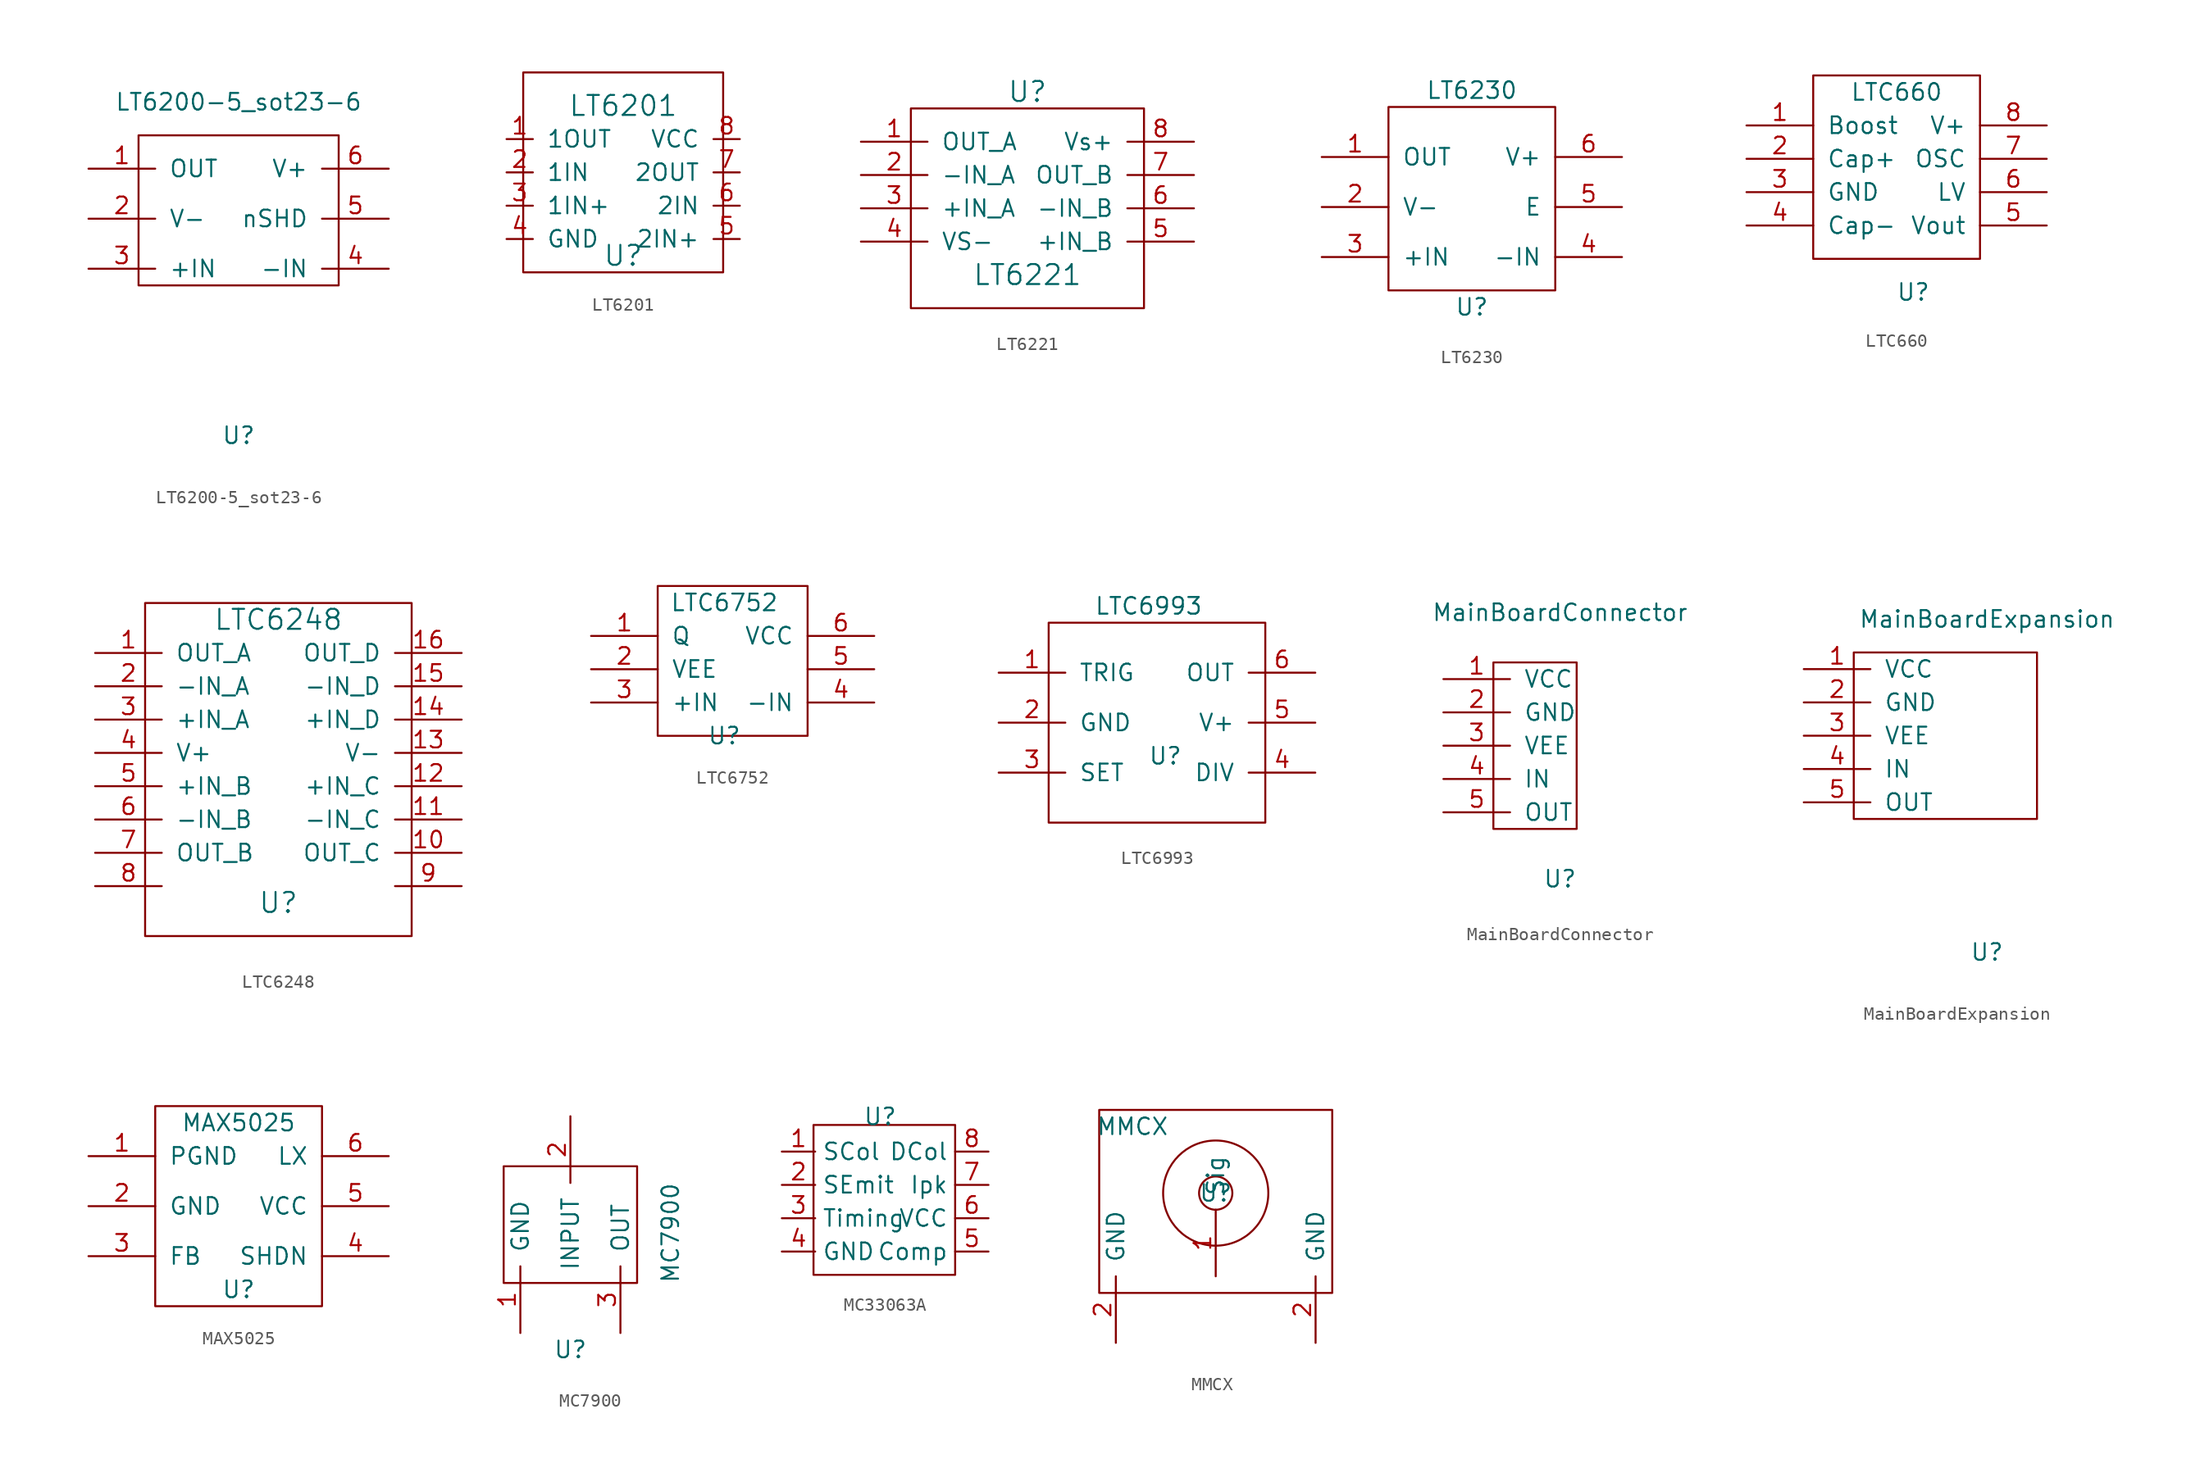
<source format=kicad_sym>
(kicad_symbol_lib
  (version 20220914)
  (generator kicad_symbol_editor)
  (symbol "LT6200-5_sot23-6"
    (pin_names
      (offset 1.016))
    (property "Reference" "U"
      (at 0 -15.24 0)
      (effects (font (size 1.27 1.27))))
    (property "Value" "LT6200-5_sot23-6"
      (at 0 10.16 0)
      (effects (font (size 1.27 1.27))))
    (symbol "LT6200-5_sot23-6_0_1"
      (rectangle (start -7.62 7.62) (end 7.62 -3.81) (stroke (width 0) (type solid)) (fill (type none))))
    (symbol "LT6200-5_sot23-6_1_1"
      (pin input line (at -11.43 5.08 0) (length 5.08) (name "OUT" (effects (font (size 1.27 1.27)))) (number "1" (effects (font (size 1.27 1.27)))))
      (pin input line (at -11.43 1.27 0) (length 5.08) (name "V-" (effects (font (size 1.27 1.27)))) (number "2" (effects (font (size 1.27 1.27)))))
      (pin input line (at -11.43 -2.54 0) (length 5.08) (name "+IN" (effects (font (size 1.27 1.27)))) (number "3" (effects (font (size 1.27 1.27)))))
      (pin input line (at 11.43 -2.54 180) (length 5.08) (name "-IN" (effects (font (size 1.27 1.27)))) (number "4" (effects (font (size 1.27 1.27)))))
      (pin input line (at 11.43 1.27 180) (length 5.08) (name "nSHD" (effects (font (size 1.27 1.27)))) (number "5" (effects (font (size 1.27 1.27)))))
      (pin input line (at 11.43 5.08 180) (length 5.08) (name "V+" (effects (font (size 1.27 1.27)))) (number "6" (effects (font (size 1.27 1.27)))))))
  (symbol "LT6201"
    (pin_names
      (offset 1.016))
    (property "Reference" "U"
      (at 0 -5.08 0)
      (effects (font (size 1.524 1.524))))
    (property "Value" "LT6201"
      (at 0 6.35 0)
      (effects (font (size 1.524 1.524))))
    (property "Footprint" ""
      (at -2.54 0 0)
      (effects (font (size 1.524 1.524))))
    (property "Datasheet" ""
      (at -2.54 0 0)
      (effects (font (size 1.524 1.524))))
    (symbol "LT6201_0_0"
      (rectangle (start -7.62 8.89) (end 7.62 -6.35) (stroke (width 0) (type solid)) (fill (type none))))
    (symbol "LT6201_1_1"
      (pin input line (at -8.89 3.81 0) (length 2.007) (name "1OUT" (effects (font (size 1.27 1.27)))) (number "1" (effects (font (size 1.27 1.27)))))
      (pin input line (at -8.89 1.27 0) (length 2.007) (name "1IN" (effects (font (size 1.27 1.27)))) (number "2" (effects (font (size 1.27 1.27)))))
      (pin input line (at -8.89 -1.27 0) (length 2.007) (name "1IN+" (effects (font (size 1.27 1.27)))) (number "3" (effects (font (size 1.27 1.27)))))
      (pin input line (at -8.89 -3.81 0) (length 2.007) (name "GND" (effects (font (size 1.27 1.27)))) (number "4" (effects (font (size 1.27 1.27)))))
      (pin input line (at 8.89 -3.81 180) (length 2.007) (name "2IN+" (effects (font (size 1.27 1.27)))) (number "5" (effects (font (size 1.27 1.27)))))
      (pin input line (at 8.89 -1.27 180) (length 2.007) (name "2IN" (effects (font (size 1.27 1.27)))) (number "6" (effects (font (size 1.27 1.27)))))
      (pin input line (at 8.89 1.27 180) (length 2.007) (name "2OUT" (effects (font (size 1.27 1.27)))) (number "7" (effects (font (size 1.27 1.27)))))
      (pin input line (at 8.89 3.81 180) (length 2.007) (name "VCC" (effects (font (size 1.27 1.27)))) (number "8" (effects (font (size 1.27 1.27)))))))
  (symbol "LT6221"
    (pin_names
      (offset 1.016))
    (property "Reference" "U"
      (at 0 7.62 0)
      (effects (font (size 1.524 1.524))))
    (property "Value" "LT6221"
      (at 0 -6.35 0)
      (effects (font (size 1.524 1.524))))
    (property "Footprint" ""
      (at 0 0 0)
      (effects (font (size 1.524 1.524))))
    (property "Datasheet" ""
      (at 0 0 0)
      (effects (font (size 1.524 1.524))))
    (symbol "LT6221_0_1"
      (rectangle (start -8.89 6.35) (end 8.89 -8.89) (stroke (width 0) (type solid)) (fill (type none))))
    (symbol "LT6221_1_1"
      (pin input line (at -12.7 3.81 0) (length 5.08) (name "OUT_A" (effects (font (size 1.27 1.27)))) (number "1" (effects (font (size 1.27 1.27)))))
      (pin input line (at -12.7 1.27 0) (length 5.08) (name "-IN_A" (effects (font (size 1.27 1.27)))) (number "2" (effects (font (size 1.27 1.27)))))
      (pin input line (at -12.7 -1.27 0) (length 5.08) (name "+IN_A" (effects (font (size 1.27 1.27)))) (number "3" (effects (font (size 1.27 1.27)))))
      (pin input line (at -12.7 -3.81 0) (length 5.08) (name "VS-" (effects (font (size 1.27 1.27)))) (number "4" (effects (font (size 1.27 1.27)))))
      (pin input line (at 12.7 -3.81 180) (length 5.08) (name "+IN_B" (effects (font (size 1.27 1.27)))) (number "5" (effects (font (size 1.27 1.27)))))
      (pin input line (at 12.7 -1.27 180) (length 5.08) (name "-IN_B" (effects (font (size 1.27 1.27)))) (number "6" (effects (font (size 1.27 1.27)))))
      (pin input line (at 12.7 1.27 180) (length 5.08) (name "OUT_B" (effects (font (size 1.27 1.27)))) (number "7" (effects (font (size 1.27 1.27)))))
      (pin input line (at 12.7 3.81 180) (length 5.08) (name "Vs+" (effects (font (size 1.27 1.27)))) (number "8" (effects (font (size 1.27 1.27)))))))
  (symbol "LT6230"
    (pin_names
      (offset 1.016))
    (property "Reference" "U"
      (at 0 -7.62 0)
      (effects (font (size 1.27 1.27))))
    (property "Value" "LT6230"
      (at 0 8.89 0)
      (effects (font (size 1.27 1.27))))
    (symbol "LT6230_0_1"
      (rectangle (start -6.35 7.62) (end 6.35 -6.35) (stroke (width 0) (type solid)) (fill (type none))))
    (symbol "LT6230_1_1"
      (pin input line (at -11.43 3.81 0) (length 5.08) (name "OUT" (effects (font (size 1.27 1.27)))) (number "1" (effects (font (size 1.27 1.27)))))
      (pin input line (at -11.43 0 0) (length 5.08) (name "V-" (effects (font (size 1.27 1.27)))) (number "2" (effects (font (size 1.27 1.27)))))
      (pin input line (at -11.43 -3.81 0) (length 5.08) (name "+IN" (effects (font (size 1.27 1.27)))) (number "3" (effects (font (size 1.27 1.27)))))
      (pin input line (at 11.43 -3.81 180) (length 5.08) (name "-IN" (effects (font (size 1.27 1.27)))) (number "4" (effects (font (size 1.27 1.27)))))
      (pin input line (at 11.43 0 180) (length 5.08) (name "E" (effects (font (size 1.27 1.27)))) (number "5" (effects (font (size 1.27 1.27)))))
      (pin input line (at 11.43 3.81 180) (length 5.08) (name "V+" (effects (font (size 1.27 1.27)))) (number "6" (effects (font (size 1.27 1.27)))))))
  (symbol "LTC660"
    (pin_names
      (offset 1.016))
    (property "Reference" "U"
      (at 1.27 -6.35 0)
      (effects (font (size 1.27 1.27))))
    (property "Value" "LTC660"
      (at 0 8.89 0)
      (effects (font (size 1.27 1.27))))
    (symbol "LTC660_0_1"
      (rectangle (start -6.35 10.16) (end 6.35 -3.81) (stroke (width 0) (type solid)) (fill (type none))))
    (symbol "LTC660_1_1"
      (pin input line (at -11.43 6.35 0) (length 5.08) (name "Boost" (effects (font (size 1.27 1.27)))) (number "1" (effects (font (size 1.27 1.27)))))
      (pin input line (at -11.43 3.81 0) (length 5.08) (name "Cap+" (effects (font (size 1.27 1.27)))) (number "2" (effects (font (size 1.27 1.27)))))
      (pin input line (at -11.43 1.27 0) (length 5.08) (name "GND" (effects (font (size 1.27 1.27)))) (number "3" (effects (font (size 1.27 1.27)))))
      (pin input line (at -11.43 -1.27 0) (length 5.08) (name "Cap-" (effects (font (size 1.27 1.27)))) (number "4" (effects (font (size 1.27 1.27)))))
      (pin input line (at 11.43 -1.27 180) (length 5.08) (name "Vout" (effects (font (size 1.27 1.27)))) (number "5" (effects (font (size 1.27 1.27)))))
      (pin input line (at 11.43 1.27 180) (length 5.08) (name "LV" (effects (font (size 1.27 1.27)))) (number "6" (effects (font (size 1.27 1.27)))))
      (pin input line (at 11.43 3.81 180) (length 5.08) (name "OSC" (effects (font (size 1.27 1.27)))) (number "7" (effects (font (size 1.27 1.27)))))
      (pin input line (at 11.43 6.35 180) (length 5.08) (name "V+" (effects (font (size 1.27 1.27)))) (number "8" (effects (font (size 1.27 1.27)))))))
  (symbol "LTC6248"
    (pin_names
      (offset 1.016))
    (property "Reference" "U"
      (at 0 -11.43 0)
      (effects (font (size 1.524 1.524))))
    (property "Value" "LTC6248"
      (at 0 10.16 0)
      (effects (font (size 1.524 1.524))))
    (property "Footprint" ""
      (at -3.81 -6.35 0)
      (effects (font (size 1.524 1.524))))
    (property "Datasheet" ""
      (at -3.81 -6.35 0)
      (effects (font (size 1.524 1.524))))
    (symbol "LTC6248_0_1"
      (rectangle (start -10.16 11.43) (end 10.16 -13.97) (stroke (width 0) (type solid)) (fill (type none))))
    (symbol "LTC6248_1_1"
      (pin input line (at -13.97 7.62 0) (length 5.08) (name "OUT_A" (effects (font (size 1.27 1.27)))) (number "1" (effects (font (size 1.27 1.27)))))
      (pin input line (at 13.97 -7.62 180) (length 5.08) (name "OUT_C" (effects (font (size 1.27 1.27)))) (number "10" (effects (font (size 1.27 1.27)))))
      (pin input line (at 13.97 -5.08 180) (length 5.08) (name "-IN_C" (effects (font (size 1.27 1.27)))) (number "11" (effects (font (size 1.27 1.27)))))
      (pin input line (at 13.97 -2.54 180) (length 5.08) (name "+IN_C" (effects (font (size 1.27 1.27)))) (number "12" (effects (font (size 1.27 1.27)))))
      (pin input line (at 13.97 0 180) (length 5.08) (name "V-" (effects (font (size 1.27 1.27)))) (number "13" (effects (font (size 1.27 1.27)))))
      (pin input line (at 13.97 2.54 180) (length 5.08) (name "+IN_D" (effects (font (size 1.27 1.27)))) (number "14" (effects (font (size 1.27 1.27)))))
      (pin input line (at 13.97 5.08 180) (length 5.08) (name "-IN_D" (effects (font (size 1.27 1.27)))) (number "15" (effects (font (size 1.27 1.27)))))
      (pin input line (at 13.97 7.62 180) (length 5.08) (name "OUT_D" (effects (font (size 1.27 1.27)))) (number "16" (effects (font (size 1.27 1.27)))))
      (pin input line (at -13.97 5.08 0) (length 5.08) (name "-IN_A" (effects (font (size 1.27 1.27)))) (number "2" (effects (font (size 1.27 1.27)))))
      (pin input line (at -13.97 2.54 0) (length 5.08) (name "+IN_A" (effects (font (size 1.27 1.27)))) (number "3" (effects (font (size 1.27 1.27)))))
      (pin input line (at -13.97 0 0) (length 5.08) (name "V+" (effects (font (size 1.27 1.27)))) (number "4" (effects (font (size 1.27 1.27)))))
      (pin input line (at -13.97 -2.54 0) (length 5.08) (name "+IN_B" (effects (font (size 1.27 1.27)))) (number "5" (effects (font (size 1.27 1.27)))))
      (pin input line (at -13.97 -5.08 0) (length 5.08) (name "-IN_B" (effects (font (size 1.27 1.27)))) (number "6" (effects (font (size 1.27 1.27)))))
      (pin input line (at -13.97 -7.62 0) (length 5.08) (name "OUT_B" (effects (font (size 1.27 1.27)))) (number "7" (effects (font (size 1.27 1.27)))))
      (pin input line (at -13.97 -10.16 0) (length 5.08) (name "~" (effects (font (size 1.27 1.27)))) (number "8" (effects (font (size 1.27 1.27)))))
      (pin input line (at 13.97 -10.16 180) (length 5.08) (name "~" (effects (font (size 1.27 1.27)))) (number "9" (effects (font (size 1.27 1.27)))))))
  (symbol "LTC6752"
    (pin_names
      (offset 1.016))
    (property "Reference" "U"
      (at -1.27 -5.08 0)
      (effects (font (size 1.27 1.27))))
    (property "Value" "LTC6752"
      (at -1.27 5.08 0)
      (effects (font (size 1.27 1.27))))
    (symbol "LTC6752_0_1"
      (rectangle (start -6.35 6.35) (end 5.08 -5.08) (stroke (width 0) (type solid)) (fill (type none))))
    (symbol "LTC6752_1_1"
      (pin input line (at -11.43 2.54 0) (length 5.08) (name "Q" (effects (font (size 1.27 1.27)))) (number "1" (effects (font (size 1.27 1.27)))))
      (pin input line (at -11.43 0 0) (length 5.08) (name "VEE" (effects (font (size 1.27 1.27)))) (number "2" (effects (font (size 1.27 1.27)))))
      (pin input line (at -11.43 -2.54 0) (length 5.08) (name "+IN" (effects (font (size 1.27 1.27)))) (number "3" (effects (font (size 1.27 1.27)))))
      (pin input line (at 10.16 -2.54 180) (length 5.08) (name "-IN" (effects (font (size 1.27 1.27)))) (number "4" (effects (font (size 1.27 1.27)))))
      (pin input line (at 10.16 0 180) (length 5.08) (name "~" (effects (font (size 1.27 1.27)))) (number "5" (effects (font (size 1.27 1.27)))))
      (pin input line (at 10.16 2.54 180) (length 5.08) (name "VCC" (effects (font (size 1.27 1.27)))) (number "6" (effects (font (size 1.27 1.27)))))))
  (symbol "LTC6993"
    (pin_names
      (offset 1.016))
    (property "Reference" "U"
      (at 0 0 0)
      (effects (font (size 1.27 1.27))))
    (property "Value" "LTC6993"
      (at -1.27 11.43 0)
      (effects (font (size 1.27 1.27))))
    (symbol "LTC6993_0_1"
      (rectangle (start -8.89 10.16) (end 7.62 -5.08) (stroke (width 0) (type solid)) (fill (type none))))
    (symbol "LTC6993_1_1"
      (pin input line (at -12.7 6.35 0) (length 5.08) (name "TRIG" (effects (font (size 1.27 1.27)))) (number "1" (effects (font (size 1.27 1.27)))))
      (pin input line (at -12.7 2.54 0) (length 5.08) (name "GND" (effects (font (size 1.27 1.27)))) (number "2" (effects (font (size 1.27 1.27)))))
      (pin input line (at -12.7 -1.27 0) (length 5.08) (name "SET" (effects (font (size 1.27 1.27)))) (number "3" (effects (font (size 1.27 1.27)))))
      (pin input line (at 11.43 -1.27 180) (length 5.08) (name "DIV" (effects (font (size 1.27 1.27)))) (number "4" (effects (font (size 1.27 1.27)))))
      (pin input line (at 11.43 2.54 180) (length 5.08) (name "V+" (effects (font (size 1.27 1.27)))) (number "5" (effects (font (size 1.27 1.27)))))
      (pin input line (at 11.43 6.35 180) (length 5.08) (name "OUT" (effects (font (size 1.27 1.27)))) (number "6" (effects (font (size 1.27 1.27)))))))
  (symbol "MainBoardConnector"
    (pin_names
      (offset 1.016))
    (property "Reference" "U"
      (at 0 -7.62 0)
      (effects (font (size 1.27 1.27))))
    (property "Value" "MainBoardConnector"
      (at 0 12.7 0)
      (effects (font (size 1.27 1.27))))
    (symbol "MainBoardConnector_0_1"
      (rectangle (start -5.08 8.89) (end 1.27 -3.81) (stroke (width 0) (type solid)) (fill (type none))))
    (symbol "MainBoardConnector_1_1"
      (pin input line (at -8.89 7.62 0) (length 5.08) (name "VCC" (effects (font (size 1.27 1.27)))) (number "1" (effects (font (size 1.27 1.27)))))
      (pin input line (at -8.89 5.08 0) (length 5.08) (name "GND" (effects (font (size 1.27 1.27)))) (number "2" (effects (font (size 1.27 1.27)))))
      (pin input line (at -8.89 2.54 0) (length 5.08) (name "VEE" (effects (font (size 1.27 1.27)))) (number "3" (effects (font (size 1.27 1.27)))))
      (pin input line (at -8.89 0 0) (length 5.08) (name "IN" (effects (font (size 1.27 1.27)))) (number "4" (effects (font (size 1.27 1.27)))))
      (pin input line (at -8.89 -2.54 0) (length 5.08) (name "OUT" (effects (font (size 1.27 1.27)))) (number "5" (effects (font (size 1.27 1.27)))))))
  (symbol "MainBoardExpansion"
    (pin_names
      (offset 1.016))
    (property "Reference" "U"
      (at 0 -10.16 0)
      (effects (font (size 1.27 1.27))))
    (property "Value" "MainBoardExpansion"
      (at 0 15.24 0)
      (effects (font (size 1.27 1.27))))
    (symbol "MainBoardExpansion_0_1"
      (rectangle (start -10.16 12.7) (end 3.81 0) (stroke (width 0) (type solid)) (fill (type none))))
    (symbol "MainBoardExpansion_1_1"
      (pin input line (at -13.97 11.43 0) (length 5.08) (name "VCC" (effects (font (size 1.27 1.27)))) (number "1" (effects (font (size 1.27 1.27)))))
      (pin input line (at -13.97 8.89 0) (length 5.08) (name "GND" (effects (font (size 1.27 1.27)))) (number "2" (effects (font (size 1.27 1.27)))))
      (pin input line (at -13.97 6.35 0) (length 5.08) (name "VEE" (effects (font (size 1.27 1.27)))) (number "3" (effects (font (size 1.27 1.27)))))
      (pin input line (at -13.97 3.81 0) (length 5.08) (name "IN" (effects (font (size 1.27 1.27)))) (number "4" (effects (font (size 1.27 1.27)))))
      (pin input line (at -13.97 1.27 0) (length 5.08) (name "OUT" (effects (font (size 1.27 1.27)))) (number "5" (effects (font (size 1.27 1.27)))))))
  (symbol "MAX5025"
    (pin_names
      (offset 1.016))
    (property "Reference" "U"
      (at 0 -6.35 0)
      (effects (font (size 1.27 1.27))))
    (property "Value" "MAX5025"
      (at 0 6.35 0)
      (effects (font (size 1.27 1.27))))
    (symbol "MAX5025_0_1"
      (rectangle (start -6.35 7.62) (end 6.35 -7.62) (stroke (width 0) (type solid)) (fill (type none))))
    (symbol "MAX5025_1_1"
      (pin input line (at -11.43 3.81 0) (length 5.08) (name "PGND" (effects (font (size 1.27 1.27)))) (number "1" (effects (font (size 1.27 1.27)))))
      (pin input line (at -11.43 0 0) (length 5.08) (name "GND" (effects (font (size 1.27 1.27)))) (number "2" (effects (font (size 1.27 1.27)))))
      (pin input line (at -11.43 -3.81 0) (length 5.08) (name "FB" (effects (font (size 1.27 1.27)))) (number "3" (effects (font (size 1.27 1.27)))))
      (pin input line (at 11.43 -3.81 180) (length 5.08) (name "SHDN" (effects (font (size 1.27 1.27)))) (number "4" (effects (font (size 1.27 1.27)))))
      (pin input line (at 11.43 0 180) (length 5.08) (name "VCC" (effects (font (size 1.27 1.27)))) (number "5" (effects (font (size 1.27 1.27)))))
      (pin input line (at 11.43 3.81 180) (length 5.08) (name "LX" (effects (font (size 1.27 1.27)))) (number "6" (effects (font (size 1.27 1.27)))))))
  (symbol "MC7900"
    (pin_names
      (offset 1.016))
    (property "Reference" "U"
      (at 0 -7.62 0)
      (effects (font (size 1.27 1.27))))
    (property "Value" "MC7900"
      (at 7.62 1.27 90)
      (effects (font (size 1.27 1.27))))
    (symbol "MC7900_0_1"
      (rectangle (start -5.08 6.35) (end 5.08 -2.54) (stroke (width 0) (type solid)) (fill (type none))))
    (symbol "MC7900_1_1"
      (pin input line (at -3.81 -6.35 90) (length 5.08) (name "GND" (effects (font (size 1.27 1.27)))) (number "1" (effects (font (size 1.27 1.27)))))
      (pin input line (at 0 10.16 270) (length 5.08) (name "INPUT" (effects (font (size 1.27 1.27)))) (number "2" (effects (font (size 1.27 1.27)))))
      (pin input line (at 3.81 -6.35 90) (length 5.08) (name "OUT" (effects (font (size 1.27 1.27)))) (number "3" (effects (font (size 1.27 1.27)))))))
  (symbol "MC33063A"
    (property "Reference" "U"
      (at -0.635 0.635 0)
      (effects (font (size 1.27 1.27))))
    (property "Value" ""
      (at 0 0 0)
      (effects (font (size 1.27 1.27))))
    (symbol "MC33063A_0_1"
      (rectangle (start -5.715 0) (end 5.08 -11.43) (stroke (width 0) (type default)) (fill (type none))))
    (symbol "MC33063A_1_1"
      (pin input line (at -8.128 -2.032 0) (length 2.54) (name "SCol" (effects (font (size 1.27 1.27)))) (number "1" (effects (font (size 1.27 1.27)))))
      (pin input line (at -8.128 -4.572 0) (length 2.54) (name "SEmit" (effects (font (size 1.27 1.27)))) (number "2" (effects (font (size 1.27 1.27)))))
      (pin input line (at -8.128 -7.112 0) (length 2.54) (name "Timing" (effects (font (size 1.27 1.27)))) (number "3" (effects (font (size 1.27 1.27)))))
      (pin input line (at -8.128 -9.652 0) (length 2.54) (name "GND" (effects (font (size 1.27 1.27)))) (number "4" (effects (font (size 1.27 1.27)))))
      (pin input line (at 7.62 -9.652 180) (length 2.54) (name "Comp" (effects (font (size 1.27 1.27)))) (number "5" (effects (font (size 1.27 1.27)))))
      (pin input line (at 7.62 -7.112 180) (length 2.54) (name "VCC" (effects (font (size 1.27 1.27)))) (number "6" (effects (font (size 1.27 1.27)))))
      (pin input line (at 7.62 -4.572 180) (length 2.54) (name "Ipk" (effects (font (size 1.27 1.27)))) (number "7" (effects (font (size 1.27 1.27)))))
      (pin input line (at 7.62 -2.032 180) (length 2.54) (name "DCol" (effects (font (size 1.27 1.27)))) (number "8" (effects (font (size 1.27 1.27)))))))
  (symbol "MMCX"
    (pin_names
      (offset 1.016))
    (property "Reference" "U"
      (at 0 0 0)
      (effects (font (size 1.27 1.27))))
    (property "Value" "MMCX"
      (at -6.35 5.08 0)
      (effects (font (size 1.27 1.27))))
    (symbol "MMCX_1_1"
      (rectangle (start -8.89 6.35) (end 8.89 -7.62) (stroke (width 0) (type solid)) (fill (type none)))
      (circle (center 0 0) (radius 1.27) (stroke (width 0) (type solid)) (fill (type none)))
      (circle (center 0 0) (radius 4.013) (stroke (width 0) (type solid)) (fill (type none)))
      (pin input line (at 0 -6.35 90) (length 5.08) (name "Sig" (effects (font (size 1.27 1.27)))) (number "1" (effects (font (size 1.27 1.27)))))
      (pin input line (at -7.62 -11.43 90) (length 5.08) (name "GND" (effects (font (size 1.27 1.27)))) (number "2" (effects (font (size 1.27 1.27)))))
      (pin input line (at 7.62 -11.43 90) (length 5.08) (name "GND" (effects (font (size 1.27 1.27)))) (number "2" (effects (font (size 1.27 1.27))))))))
</source>
